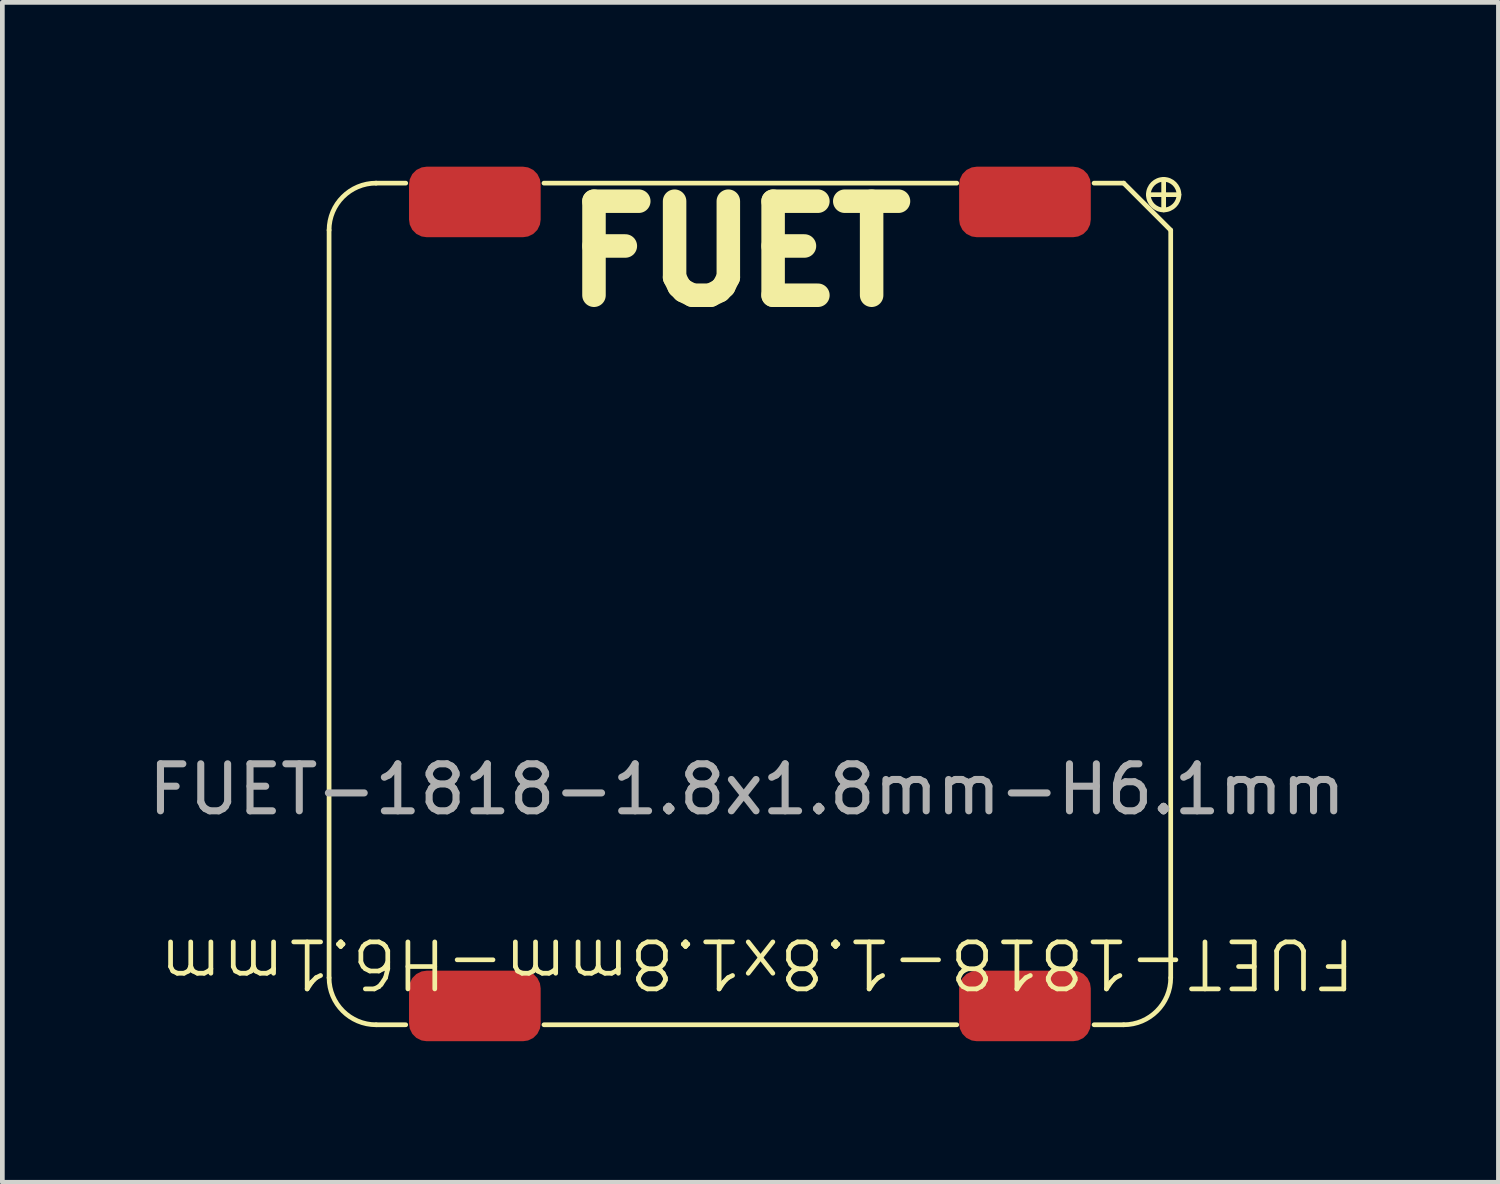
<source format=kicad_pcb>
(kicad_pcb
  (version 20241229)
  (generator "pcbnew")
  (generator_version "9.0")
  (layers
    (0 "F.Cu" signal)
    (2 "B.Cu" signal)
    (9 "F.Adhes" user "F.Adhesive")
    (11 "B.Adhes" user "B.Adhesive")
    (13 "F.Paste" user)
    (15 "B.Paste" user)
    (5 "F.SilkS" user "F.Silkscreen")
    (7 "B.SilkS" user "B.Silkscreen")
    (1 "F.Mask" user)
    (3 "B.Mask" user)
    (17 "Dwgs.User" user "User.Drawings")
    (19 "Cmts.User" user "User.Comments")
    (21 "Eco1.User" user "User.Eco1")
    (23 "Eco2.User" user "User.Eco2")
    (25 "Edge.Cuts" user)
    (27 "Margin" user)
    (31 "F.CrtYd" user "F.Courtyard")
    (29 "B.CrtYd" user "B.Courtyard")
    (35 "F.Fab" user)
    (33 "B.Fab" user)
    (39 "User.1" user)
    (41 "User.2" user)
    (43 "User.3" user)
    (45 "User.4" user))
  (footprint "FUET-1818-1.8x1.8mm-H6.1mm"
    (layer "F.Cu")
    (at 12.839 11.24)
    (property "Reference" "FUET-1818-1.8x1.8mm-H6.1mm" (at 0.215 6.2 180) (unlocked yes) (layer "F.SilkS") (effects (font (size 1 1) (thickness 0.1))))
    (attr smd)
    (fp_line (start -8.89 6.505) (end -8.89 -9.395) (stroke (width 0.1) (type default)) (layer "F.SilkS"))
    (fp_line (start -7.26 -10.395) (end -7.89 -10.395) (stroke (width 0.1) (type default)) (layer "F.SilkS"))
    (fp_line (start -7.26 7.505) (end -7.89 7.505) (stroke (width 0.1) (type default)) (layer "F.SilkS"))
    (fp_line (start 4.46 -10.395) (end -4.32 -10.395) (stroke (width 0.1) (type default)) (layer "F.SilkS"))
    (fp_line (start 4.46 7.505) (end -4.32 7.505) (stroke (width 0.1) (type default)) (layer "F.SilkS"))
    (fp_line (start 8.01 -10.395) (end 7.38 -10.395) (stroke (width 0.1) (type default)) (layer "F.SilkS"))
    (fp_line (start 8.01 7.505) (end 7.38 7.505) (stroke (width 0.1) (type default)) (layer "F.SilkS"))
    (fp_line (start 8.535 -10.15) (end 9.185 -10.15) (stroke (width 0.1) (type default)) (layer "F.SilkS"))
    (fp_line (start 8.86 -10.475) (end 8.86 -9.825) (stroke (width 0.1) (type default)) (layer "F.SilkS"))
    (fp_line (start 9.01 -9.395) (end 8.01 -10.395) (stroke (width 0.1) (type default)) (layer "F.SilkS"))
    (fp_line (start 9.01 -9.395) (end 9.01 6.505) (stroke (width 0.1) (type default)) (layer "F.SilkS"))
    (fp_arc (start -8.89 -9.395) (mid -8.597107 -10.102107) (end -7.89 -10.395) (stroke (width 0.1) (type default)) (layer "F.SilkS"))
    (fp_arc (start -7.89 7.505) (mid -8.597107 7.212107) (end -8.89 6.505) (stroke (width 0.1) (type default)) (layer "F.SilkS"))
    (fp_arc (start 9.01 6.505) (mid 8.717107 7.212107) (end 8.01 7.505) (stroke (width 0.1) (type default)) (layer "F.SilkS"))
    (fp_circle (center 8.86 -10.15) (end 8.86 -9.825) (stroke (width 0.1) (type default)) (fill no) (layer "F.SilkS"))
    (fp_text user "FUET" (at -4.061 -7.74 0) (unlocked yes) (layer "F.SilkS") (effects (font (size 2 2) (thickness 0.5) (bold yes)) (justify left bottom)))
    (fp_text user "${REFERENCE}" (at 0 2.5 0) (unlocked yes) (layer "F.Fab") (effects (font (size 1 1) (thickness 0.15))))
    (pad "1" smd roundrect (at 5.91 -9.995 180) (size 2.8 1.5) (layers "F.Cu" "F.Mask" "F.Paste") (roundrect_rratio 0.25))
    (pad "2" smd roundrect (at -5.79 -9.995 180) (size 2.8 1.5) (layers "F.Cu" "F.Mask" "F.Paste") (roundrect_rratio 0.25))
    (pad "MP" smd roundrect (at -5.79 7.105 180) (size 2.8 1.5) (layers "F.Cu" "F.Mask" "F.Paste") (roundrect_rratio 0.25))
    (pad "MP" smd roundrect (at 5.91 7.105 180) (size 2.8 1.5) (layers "F.Cu" "F.Mask" "F.Paste") (roundrect_rratio 0.25)))
  (gr_rect
    (start -3 -3)
    (end 28.819 22.095)
    (stroke (width 0.1) (type default))
    (fill no)
    (layer "Edge.Cuts")))
</source>
